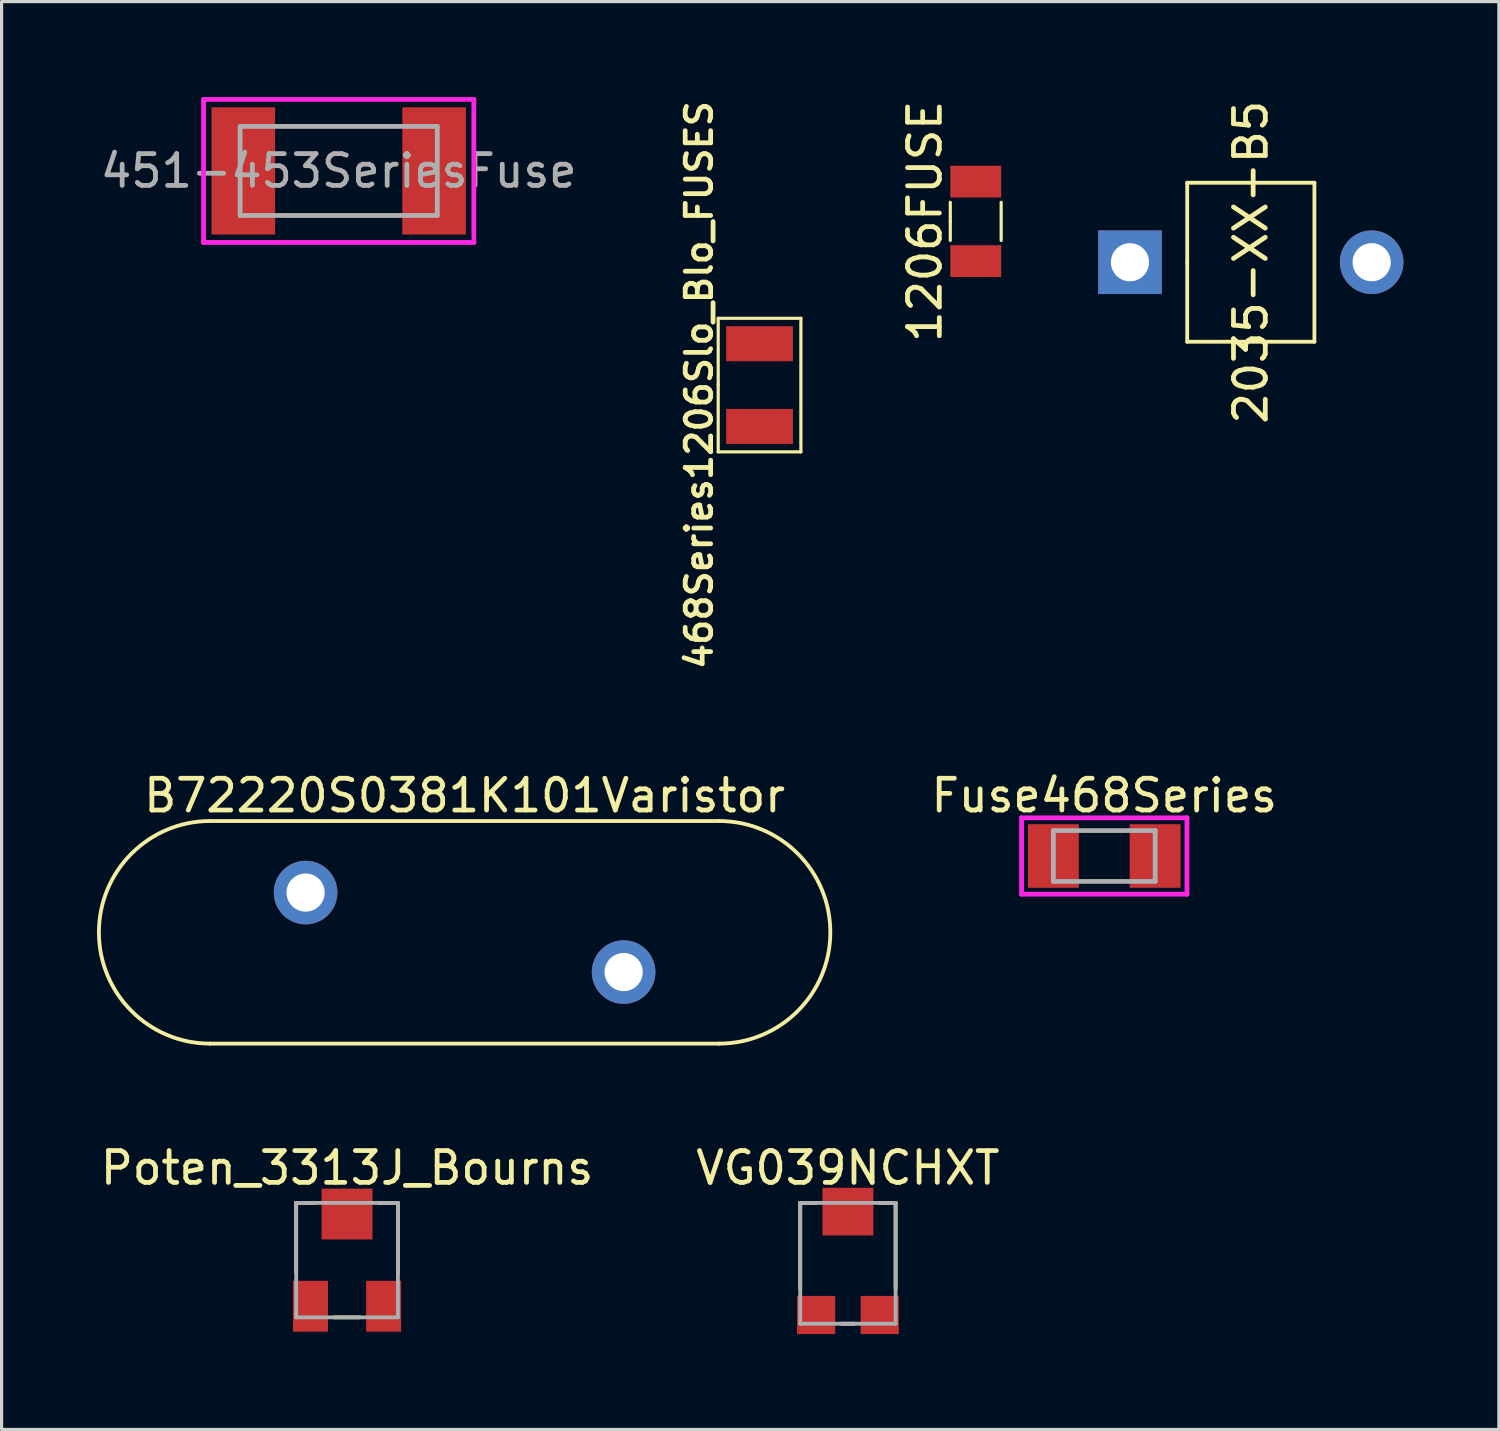
<source format=kicad_pcb>
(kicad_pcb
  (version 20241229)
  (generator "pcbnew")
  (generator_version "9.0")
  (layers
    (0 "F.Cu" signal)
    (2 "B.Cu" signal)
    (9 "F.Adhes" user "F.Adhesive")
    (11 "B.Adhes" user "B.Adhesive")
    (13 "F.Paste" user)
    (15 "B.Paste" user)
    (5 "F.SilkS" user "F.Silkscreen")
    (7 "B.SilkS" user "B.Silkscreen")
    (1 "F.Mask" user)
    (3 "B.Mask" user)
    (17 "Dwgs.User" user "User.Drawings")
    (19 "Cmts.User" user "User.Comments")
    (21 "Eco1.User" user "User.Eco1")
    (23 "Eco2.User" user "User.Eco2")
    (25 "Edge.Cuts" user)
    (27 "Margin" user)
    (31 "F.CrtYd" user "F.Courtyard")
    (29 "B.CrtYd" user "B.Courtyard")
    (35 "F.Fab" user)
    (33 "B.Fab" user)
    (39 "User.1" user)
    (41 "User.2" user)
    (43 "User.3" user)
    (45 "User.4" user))
  (footprint "2035-XX-B5"
    (layer "F.Cu")
    (at 36.282 5.196)
    (property "Reference" "2035-XX-B5" (at 0 0 90) (layer "F.SilkS") (effects (font (size 1 1) (thickness 0.15))))
    (attr through_hole)
    (fp_line (start -2 -2.5) (end 2 -2.5) (stroke (width 0.12) (type solid)) (layer "F.SilkS"))
    (fp_line (start -2 0) (end -2 -2.5) (stroke (width 0.12) (type solid)) (layer "F.SilkS"))
    (fp_line (start -2 2.5) (end -2 0) (stroke (width 0.12) (type solid)) (layer "F.SilkS"))
    (fp_line (start 2 -2.5) (end 2 2.5) (stroke (width 0.12) (type solid)) (layer "F.SilkS"))
    (fp_line (start 2 2.5) (end -2 2.5) (stroke (width 0.12) (type solid)) (layer "F.SilkS"))
    (pad "1" thru_hole rect (at -3.8 0) (size 2 2) (drill 1.2) (layers "*.Cu" "*.Mask"))
    (pad "2" thru_hole circle (at 3.8 0) (size 2 2) (drill 1.2) (layers "*.Cu" "*.Mask")))
  (footprint "1206FUSE"
    (layer "F.Cu")
    (at 27.632 3.911)
    (property "Reference" "1206FUSE" (at -1.6 0 90) (layer "F.SilkS") (effects (font (size 1 1) (thickness 0.15))))
    (attr through_hole)
    (fp_line (start -0.8 0) (end -0.8 -0.6) (stroke (width 0.1) (type solid)) (layer "F.SilkS"))
    (fp_line (start -0.8 0) (end -0.8 0.6) (stroke (width 0.1) (type solid)) (layer "F.SilkS"))
    (fp_line (start 0.8 -0.6) (end 0.8 0.6) (stroke (width 0.1) (type solid)) (layer "F.SilkS"))
    (pad "1" smd rect (at 0 1.25) (size 1.6 1) (layers "F.Cu" "F.Mask" "F.Paste"))
    (pad "2" smd rect (at 0 -1.25) (size 1.6 1) (layers "F.Cu" "F.Mask" "F.Paste")))
  (footprint "Fuse468Series"
    (layer "F.Cu")
    (at 31.674 23.867)
    (property "Reference" "Fuse468Series" (at 0 -1.9 0) (layer "F.SilkS") (effects (font (size 1 1) (thickness 0.15))))
    (attr through_hole)
    (fp_line (start -2.6 -1.2) (end 2.6 -1.2) (stroke (width 0.15) (type solid)) (layer "F.CrtYd"))
    (fp_line (start -2.6 1.2) (end -2.6 -1.2) (stroke (width 0.15) (type solid)) (layer "F.CrtYd"))
    (fp_line (start 2.6 -1.2) (end 2.6 1.2) (stroke (width 0.15) (type solid)) (layer "F.CrtYd"))
    (fp_line (start 2.6 1.2) (end -2.6 1.2) (stroke (width 0.15) (type solid)) (layer "F.CrtYd"))
    (fp_line (start -1.6 -0.8) (end 1.6 -0.8) (stroke (width 0.15) (type solid)) (layer "F.Fab"))
    (fp_line (start -1.6 0) (end -1.6 -0.8) (stroke (width 0.15) (type solid)) (layer "F.Fab"))
    (fp_line (start -1.6 0.8) (end -1.6 0) (stroke (width 0.15) (type solid)) (layer "F.Fab"))
    (fp_line (start 1.6 -0.8) (end 1.6 0.8) (stroke (width 0.15) (type solid)) (layer "F.Fab"))
    (fp_line (start 1.6 0.8) (end -1.6 0.8) (stroke (width 0.15) (type solid)) (layer "F.Fab"))
    (pad "1" smd rect (at -1.6 0) (size 1.6 2) (layers "F.Cu" "F.Mask" "F.Paste"))
    (pad "2" smd rect (at 1.6 0) (size 1.6 2) (layers "F.Cu" "F.Mask" "F.Paste")))
  (footprint "451-453SeriesFuse"
    (layer "F.Cu")
    (at 7.601 2.325)
    (property "Reference" "451-453SeriesFuse" (at 0 0 0) (layer "F.Fab") (effects (font (size 1 1) (thickness 0.15))))
    (attr through_hole)
    (fp_line (start -4.25 -2.25) (end 4.25 -2.25) (stroke (width 0.15) (type solid)) (layer "F.CrtYd"))
    (fp_line (start -4.25 2.25) (end -4.25 -2.25) (stroke (width 0.15) (type solid)) (layer "F.CrtYd"))
    (fp_line (start 4.25 -2.25) (end 4.25 2.25) (stroke (width 0.15) (type solid)) (layer "F.CrtYd"))
    (fp_line (start 4.25 2.25) (end -4.25 2.25) (stroke (width 0.15) (type solid)) (layer "F.CrtYd"))
    (fp_line (start -3.1 -1.4) (end 3.1 -1.4) (stroke (width 0.15) (type solid)) (layer "F.Fab"))
    (fp_line (start -3.1 1.4) (end -3.1 -1.4) (stroke (width 0.15) (type solid)) (layer "F.Fab"))
    (fp_line (start 3.1 -1.4) (end 3.1 1.4) (stroke (width 0.15) (type solid)) (layer "F.Fab"))
    (fp_line (start 3.1 1.4) (end -3.1 1.4) (stroke (width 0.15) (type solid)) (layer "F.Fab"))
    (pad "1" smd rect (at -3 0) (size 2 4) (layers "F.Cu" "F.Mask" "F.Paste"))
    (pad "2" smd rect (at 3 0) (size 2 4) (layers "F.Cu" "F.Mask" "F.Paste")))
  (footprint "VG039NCHXT"
    (layer "F.Cu")
    (at 23.613 36.675)
    (property "Reference" "VG039NCHXT" (at 0 -3 180) (layer "F.SilkS") (effects (font (size 1 1) (thickness 0.15))))
    (attr smd)
    (fp_line (start -1.5 -1.9) (end -1.5 0.8) (stroke (width 0.12) (type solid)) (layer "F.SilkS"))
    (fp_line (start -1 -1.9) (end -1.5 -1.9) (stroke (width 0.12) (type solid)) (layer "F.SilkS"))
    (fp_line (start -0.2 1.9) (end 0.2 1.9) (stroke (width 0.12) (type solid)) (layer "F.SilkS"))
    (fp_line (start 1 -1.9) (end 1.5 -1.9) (stroke (width 0.12) (type solid)) (layer "F.SilkS"))
    (fp_line (start 1.5 -1.9) (end 1.5 0.8) (stroke (width 0.12) (type solid)) (layer "F.SilkS"))
    (fp_line (start -1.5 -1.9) (end -1.5 1.9) (stroke (width 0.12) (type solid)) (layer "F.Fab"))
    (fp_line (start -1.5 1.9) (end 1.5 1.9) (stroke (width 0.12) (type solid)) (layer "F.Fab"))
    (fp_line (start 1.5 -1.9) (end -1.5 -1.9) (stroke (width 0.12) (type solid)) (layer "F.Fab"))
    (fp_line (start 1.5 1.9) (end 1.5 -1.9) (stroke (width 0.12) (type solid)) (layer "F.Fab"))
    (pad "1" smd rect (at -1 1.625) (size 1.2 1.2) (layers "F.Cu" "F.Mask" "F.Paste"))
    (pad "2" smd rect (at 1 1.625) (size 1.2 1.2) (layers "F.Cu" "F.Mask" "F.Paste"))
    (pad "3" smd rect (at 0 -1.625) (size 1.6 1.5) (layers "F.Cu" "F.Mask" "F.Paste")))
  (footprint "Poten_3313J_Bourns"
    (layer "F.Cu")
    (at 7.863 36.575)
    (property "Reference" "Poten_3313J_Bourns" (at 0 -2.9 0) (layer "F.SilkS") (effects (font (size 1 1) (thickness 0.15))))
    (attr smd)
    (fp_line (start -1.6 -1.8) (end -1.6 0.4) (stroke (width 0.12) (type solid)) (layer "F.SilkS"))
    (fp_line (start -1 -1.8) (end -1.6 -1.8) (stroke (width 0.12) (type solid)) (layer "F.SilkS"))
    (fp_line (start 0.4 1.8) (end -0.4 1.8) (stroke (width 0.12) (type solid)) (layer "F.SilkS"))
    (fp_line (start 1 -1.8) (end 1.6 -1.8) (stroke (width 0.12) (type solid)) (layer "F.SilkS"))
    (fp_line (start 1.6 -1.8) (end 1.6 0.4) (stroke (width 0.12) (type solid)) (layer "F.SilkS"))
    (fp_line (start -1.6 -1.8) (end -1.6 1.8) (stroke (width 0.12) (type solid)) (layer "F.Fab"))
    (fp_line (start -1.6 -1.8) (end 1.6 -1.8) (stroke (width 0.12) (type solid)) (layer "F.Fab"))
    (fp_line (start -1.6 1.8) (end 1.6 1.8) (stroke (width 0.12) (type solid)) (layer "F.Fab"))
    (fp_line (start 1.6 1.8) (end 1.6 -1.8) (stroke (width 0.12) (type solid)) (layer "F.Fab"))
    (pad "1" smd rect (at 1.15 1.45) (size 1.1 1.6) (layers "F.Cu" "F.Mask" "F.Paste"))
    (pad "2" smd rect (at 0 -1.45) (size 1.6 1.6) (layers "F.Cu" "F.Mask" "F.Paste"))
    (pad "3" smd rect (at -1.15 1.45) (size 1.1 1.6) (layers "F.Cu" "F.Mask" "F.Paste")))
  (footprint "B72220S0381K101Varistor"
    (layer "F.Cu")
    (at 11.56 26.267)
    (property "Reference" "B72220S0381K101Varistor" (at 0 -4.3 180) (layer "F.SilkS") (effects (font (size 1 1) (thickness 0.15))))
    (attr through_hole)
    (fp_line (start -8 -3.5) (end 8 -3.5) (stroke (width 0.12) (type solid)) (layer "F.SilkS"))
    (fp_line (start 8 3.5) (end -8 3.5) (stroke (width 0.12) (type solid)) (layer "F.SilkS"))
    (fp_arc (start -8 3.5) (mid -11.5 0) (end -8 -3.5) (stroke (width 0.12) (type solid)) (layer "F.SilkS"))
    (fp_arc (start 8 -3.5) (mid 11.5 0) (end 8 3.5) (stroke (width 0.12) (type solid)) (layer "F.SilkS"))
    (pad "1" thru_hole circle (at 5 1.25) (size 2 2) (drill 1.2) (layers "*.Cu" "*.Mask"))
    (pad "2" thru_hole circle (at -5 -1.25) (size 2 2) (drill 1.2) (layers "*.Cu" "*.Mask")))
  (footprint "468Series1206Slo_Blo_FUSES"
    (layer "F.Cu")
    (at 20.834 9.059)
    (property "Reference" "468Series1206Slo_Blo_FUSES" (at -1.9 0 90) (layer "F.SilkS") (effects (font (size 0.8 0.8) (thickness 0.15))))
    (attr through_hole)
    (fp_line (start -1.3 -2.1) (end 1.3 -2.1) (stroke (width 0.1) (type solid)) (layer "F.SilkS"))
    (fp_line (start -1.3 0) (end -1.3 -2.1) (stroke (width 0.1) (type solid)) (layer "F.SilkS"))
    (fp_line (start -1.3 2.1) (end -1.3 0) (stroke (width 0.1) (type solid)) (layer "F.SilkS"))
    (fp_line (start 1.3 -2.1) (end 1.3 2.1) (stroke (width 0.1) (type solid)) (layer "F.SilkS"))
    (fp_line (start 1.3 2.1) (end -1.3 2.1) (stroke (width 0.1) (type solid)) (layer "F.SilkS"))
    (pad "1" smd rect (at 0 1.3) (size 2.1 1.1) (layers "F.Cu" "F.Mask" "F.Paste"))
    (pad "2" smd rect (at 0 -1.3) (size 2.1 1.1) (layers "F.Cu" "F.Mask" "F.Paste")))
  (gr_rect
    (start -3 -3)
    (end 44.082 41.9)
    (stroke (width 0.1) (type default))
    (fill no)
    (layer "Edge.Cuts")))
</source>
